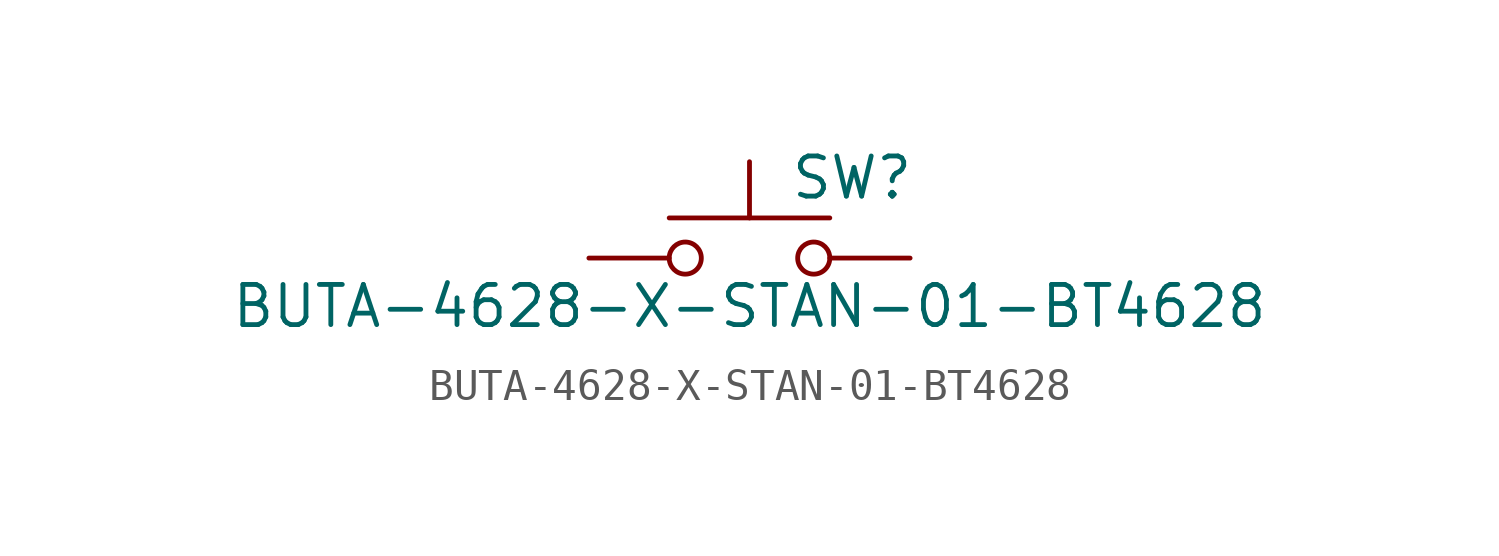
<source format=kicad_sym>
(kicad_symbol_lib
  (version 20211014)
  (generator kicad_symbol_editor)
  (symbol "BUTA-4628-X-STAN-01-BT4628"
    (pin_numbers hide)
    (pin_names
      (offset 1.016) hide)
    (property "Reference" "SW"
      (at 1.27 2.54 0)
      (effects (font (size 1.27 1.27)) (justify left)))
    (property "Value" "BUTA-4628-X-STAN-01-BT4628"
      (at 0 -1.524 0)
      (effects (font (size 1.27 1.27))))
    (symbol "BUTA-4628-X-STAN-01-BT4628_0_1"
      (circle (center -2.032 0) (radius 0.508) (stroke (width 0) (type default) (color 0 0 0 0)) (fill (type none)))
      (polyline (pts (xy 0 1.27) (xy 0 3.048)) (stroke (width 0) (type default) (color 0 0 0 0)) (fill (type none)))
      (polyline (pts (xy 2.54 1.27) (xy -2.54 1.27)) (stroke (width 0) (type default) (color 0 0 0 0)) (fill (type none)))
      (circle (center 2.032 0) (radius 0.508) (stroke (width 0) (type default) (color 0 0 0 0)) (fill (type none)))
      (pin passive line (at -5.08 0 0) (length 2.54) (name "1" (effects (font (size 1.27 1.27)))) (number "1" (effects (font (size 1.27 1.27)))))
      (pin passive line (at 5.08 0 180) (length 2.54) (name "2" (effects (font (size 1.27 1.27)))) (number "2" (effects (font (size 1.27 1.27))))))))
</source>
